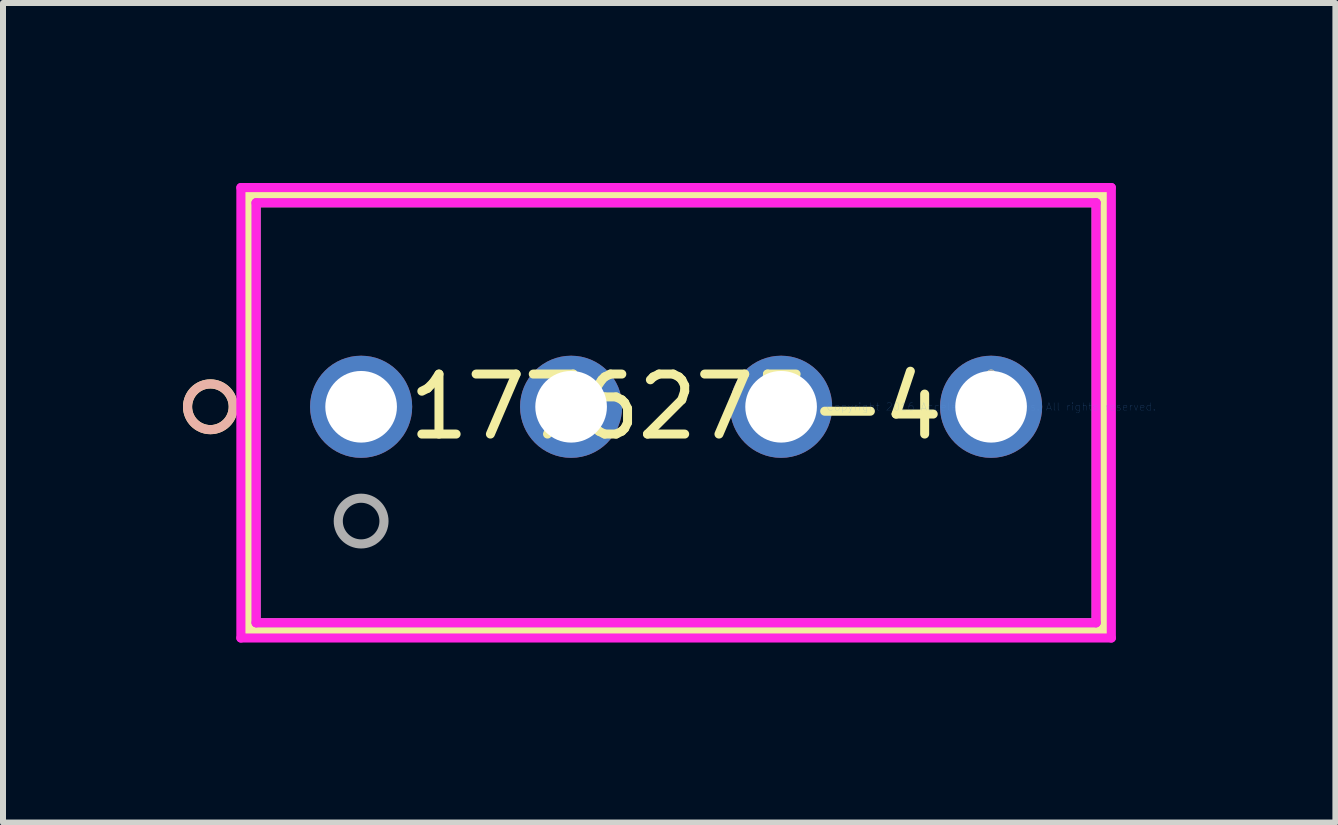
<source format=kicad_pcb>
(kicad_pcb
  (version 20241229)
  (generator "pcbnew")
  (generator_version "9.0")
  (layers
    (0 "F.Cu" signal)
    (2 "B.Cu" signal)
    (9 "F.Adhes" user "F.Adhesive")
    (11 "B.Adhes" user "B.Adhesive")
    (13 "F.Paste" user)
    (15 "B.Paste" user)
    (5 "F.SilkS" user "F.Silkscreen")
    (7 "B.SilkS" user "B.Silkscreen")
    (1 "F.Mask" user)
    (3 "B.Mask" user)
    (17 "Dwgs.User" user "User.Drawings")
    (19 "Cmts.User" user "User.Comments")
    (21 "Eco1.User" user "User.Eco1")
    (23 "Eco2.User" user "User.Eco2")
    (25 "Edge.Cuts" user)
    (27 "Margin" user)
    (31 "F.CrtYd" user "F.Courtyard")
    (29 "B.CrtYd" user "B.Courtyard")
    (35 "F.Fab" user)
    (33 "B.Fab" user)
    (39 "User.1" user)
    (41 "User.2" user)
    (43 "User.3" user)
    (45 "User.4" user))
  (footprint "1776275-4"
    (layer "F.Cu")
    (at 13.469 3.73)
    (property "Reference" "1776275-4" (at -5.25 0 0) (layer "F.SilkS") (effects (font (size 1 1) (thickness 0.15))))
    (attr through_hole)
    (fp_line (start -12.377 -3.527) (end -12.377 3.727) (stroke (width 0.152) (type solid)) (layer "F.SilkS"))
    (fp_line (start -12.377 3.727) (end 1.877 3.727) (stroke (width 0.152) (type solid)) (layer "F.SilkS"))
    (fp_line (start 1.877 -3.527) (end -12.377 -3.527) (stroke (width 0.152) (type solid)) (layer "F.SilkS"))
    (fp_line (start 1.877 3.727) (end 1.877 -3.527) (stroke (width 0.152) (type solid)) (layer "F.SilkS"))
    (fp_circle (center -13.012 0) (end -12.631 0) (stroke (width 0.152) (type solid)) (fill no) (layer "F.SilkS"))
    (fp_circle (center -13.012 0) (end -12.631 0) (stroke (width 0.152) (type solid)) (fill no) (layer "B.SilkS"))
    (fp_line (start -12.504 -3.654) (end -12.504 3.854) (stroke (width 0.152) (type solid)) (layer "F.CrtYd"))
    (fp_line (start -12.504 3.854) (end 2.004 3.854) (stroke (width 0.152) (type solid)) (layer "F.CrtYd"))
    (fp_line (start -12.25 -3.4) (end -12.25 3.6) (stroke (width 0.152) (type solid)) (layer "F.CrtYd"))
    (fp_line (start -12.25 3.6) (end 1.75 3.6) (stroke (width 0.152) (type solid)) (layer "F.CrtYd"))
    (fp_line (start 1.75 -3.4) (end -12.25 -3.4) (stroke (width 0.152) (type solid)) (layer "F.CrtYd"))
    (fp_line (start 1.75 3.6) (end 1.75 -3.4) (stroke (width 0.152) (type solid)) (layer "F.CrtYd"))
    (fp_line (start 2.004 -3.654) (end -12.504 -3.654) (stroke (width 0.152) (type solid)) (layer "F.CrtYd"))
    (fp_line (start 2.004 3.854) (end 2.004 -3.654) (stroke (width 0.152) (type solid)) (layer "F.CrtYd"))
    (fp_line (start -12.25 -3.4) (end -12.25 3.6) (stroke (width 0.152) (type solid)) (layer "F.Fab"))
    (fp_line (start -12.25 3.6) (end 1.75 3.6) (stroke (width 0.152) (type solid)) (layer "F.Fab"))
    (fp_line (start 1.75 -3.4) (end -12.25 -3.4) (stroke (width 0.152) (type solid)) (layer "F.Fab"))
    (fp_line (start 1.75 3.6) (end 1.75 -3.4) (stroke (width 0.152) (type solid)) (layer "F.Fab"))
    (fp_circle (center -10.5 1.905) (end -10.119 1.905) (stroke (width 0.152) (type solid)) (fill no) (layer "F.Fab"))
    (fp_text user "*" (at 0 0 0) (layer "F.SilkS") (effects (font (size 1 1) (thickness 0.15))))
    (fp_text user "Copyright 2016 Accelerated Designs. All rights reserved." (at 0 0 0) (layer "Cmts.User") (effects (font (size 0.127 0.127) (thickness 0.002))))
    (fp_text user "*" (at 0 0 0) (layer "F.Fab") (effects (font (size 1 1) (thickness 0.15))))
    (pad "1" thru_hole circle (at -10.5 0) (size 1.702 1.702) (drill 1.194) (layers "*.Cu" "*.Mask"))
    (pad "2" thru_hole circle (at -7 0) (size 1.702 1.702) (drill 1.194) (layers "*.Cu" "*.Mask"))
    (pad "3" thru_hole circle (at -3.5 0) (size 1.702 1.702) (drill 1.194) (layers "*.Cu" "*.Mask"))
    (pad "4" thru_hole circle (at 0.000001 0) (size 1.702 1.702) (drill 1.194) (layers "*.Cu" "*.Mask")))
  (gr_rect
    (start -3 -3)
    (end 19.208 10.66)
    (stroke (width 0.1) (type default))
    (fill no)
    (layer "Edge.Cuts")))
</source>
